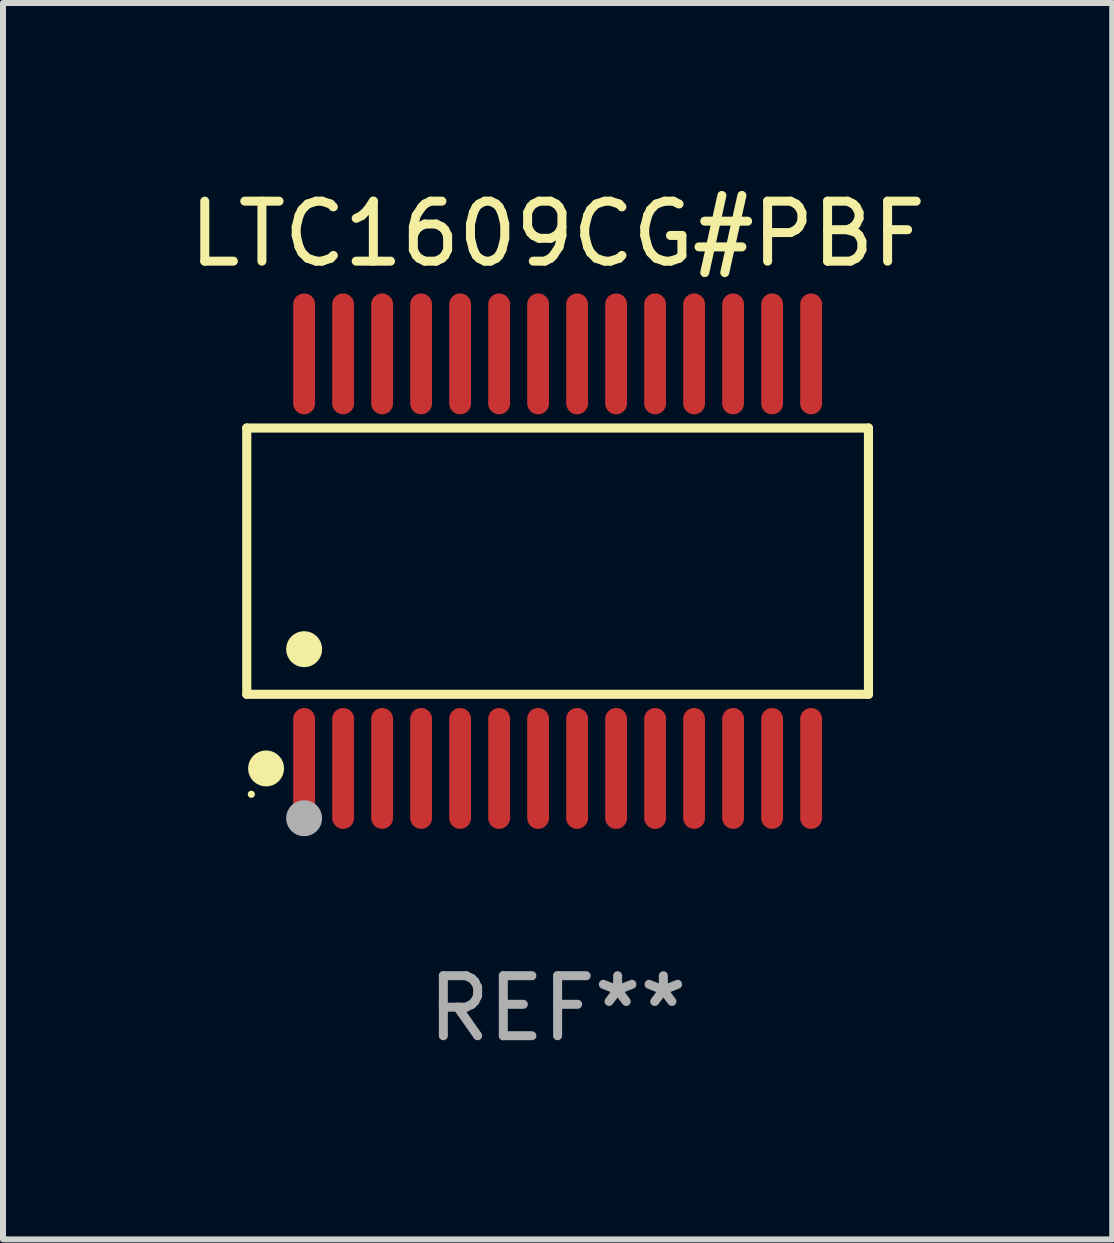
<source format=kicad_pcb>
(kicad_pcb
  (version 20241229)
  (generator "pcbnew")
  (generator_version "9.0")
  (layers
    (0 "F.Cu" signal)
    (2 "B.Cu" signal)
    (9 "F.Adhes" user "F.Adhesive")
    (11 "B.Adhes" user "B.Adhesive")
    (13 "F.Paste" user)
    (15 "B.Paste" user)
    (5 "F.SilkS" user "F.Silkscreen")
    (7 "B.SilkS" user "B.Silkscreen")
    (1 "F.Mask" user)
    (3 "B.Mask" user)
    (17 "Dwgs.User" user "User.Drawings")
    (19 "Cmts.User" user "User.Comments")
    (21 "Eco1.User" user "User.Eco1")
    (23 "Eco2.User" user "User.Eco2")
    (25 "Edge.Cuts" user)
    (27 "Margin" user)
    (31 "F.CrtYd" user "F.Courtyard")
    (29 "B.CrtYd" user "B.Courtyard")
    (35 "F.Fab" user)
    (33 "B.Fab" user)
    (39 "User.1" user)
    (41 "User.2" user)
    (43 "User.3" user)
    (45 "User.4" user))
  (footprint "LTC1609CG#PBF"
    (layer "F.Cu")
    (at 6.244 6.303)
    (property "Reference" "LTC1609CG#PBF" (at 0 -5.455 0) (layer "F.SilkS") (effects (font (size 1 1) (thickness 0.15))))
    (attr through_hole)
    (fp_line (start -5.181 -2.219) (end 5.181 -2.219) (stroke (width 0.152) (type solid)) (layer "F.SilkS"))
    (fp_line (start -5.181 2.219) (end -5.181 -2.219) (stroke (width 0.152) (type solid)) (layer "F.SilkS"))
    (fp_line (start 5.181 -2.219) (end 5.181 2.219) (stroke (width 0.152) (type solid)) (layer "F.SilkS"))
    (fp_line (start 5.181 2.219) (end -5.181 2.219) (stroke (width 0.152) (type solid)) (layer "F.SilkS"))
    (fp_circle (center -5.105 3.885) (end -5.075 3.885) (stroke (width 0.06) (type solid)) (fill no) (layer "F.SilkS"))
    (fp_circle (center -4.859 3.455) (end -4.709 3.455) (stroke (width 0.3) (type solid)) (fill no) (layer "F.SilkS"))
    (fp_circle (center -4.225 1.467) (end -4.075 1.467) (stroke (width 0.3) (type solid)) (fill no) (layer "F.SilkS"))
    (fp_circle (center -4.225 4.285) (end -4.075 4.285) (stroke (width 0.3) (type solid)) (fill no) (layer "F.Fab"))
    (fp_text user "REF**" (at 0 7.455 0) (layer "F.Fab") (effects (font (size 1 1) (thickness 0.15))))
    (pad "1" smd oval (at -4.225 3.455) (size 0.364 2.015) (layers "F.Cu" "F.Mask" "F.Paste"))
    (pad "2" smd oval (at -3.575 3.455) (size 0.364 2.015) (layers "F.Cu" "F.Mask" "F.Paste"))
    (pad "3" smd oval (at -2.925 3.455) (size 0.364 2.015) (layers "F.Cu" "F.Mask" "F.Paste"))
    (pad "4" smd oval (at -2.275 3.455) (size 0.364 2.015) (layers "F.Cu" "F.Mask" "F.Paste"))
    (pad "5" smd oval (at -1.625 3.455) (size 0.364 2.015) (layers "F.Cu" "F.Mask" "F.Paste"))
    (pad "6" smd oval (at -0.975 3.455) (size 0.364 2.015) (layers "F.Cu" "F.Mask" "F.Paste"))
    (pad "7" smd oval (at -0.325 3.455) (size 0.364 2.015) (layers "F.Cu" "F.Mask" "F.Paste"))
    (pad "8" smd oval (at 0.325 3.455) (size 0.364 2.015) (layers "F.Cu" "F.Mask" "F.Paste"))
    (pad "9" smd oval (at 0.975 3.455) (size 0.364 2.015) (layers "F.Cu" "F.Mask" "F.Paste"))
    (pad "10" smd oval (at 1.625 3.455) (size 0.364 2.015) (layers "F.Cu" "F.Mask" "F.Paste"))
    (pad "11" smd oval (at 2.275 3.455) (size 0.364 2.015) (layers "F.Cu" "F.Mask" "F.Paste"))
    (pad "12" smd oval (at 2.925 3.455) (size 0.364 2.015) (layers "F.Cu" "F.Mask" "F.Paste"))
    (pad "13" smd oval (at 3.575 3.455) (size 0.364 2.015) (layers "F.Cu" "F.Mask" "F.Paste"))
    (pad "14" smd oval (at 4.225 3.455) (size 0.364 2.015) (layers "F.Cu" "F.Mask" "F.Paste"))
    (pad "15" smd oval (at 4.225 -3.455) (size 0.364 2.015) (layers "F.Cu" "F.Mask" "F.Paste"))
    (pad "16" smd oval (at 3.575 -3.455) (size 0.364 2.015) (layers "F.Cu" "F.Mask" "F.Paste"))
    (pad "17" smd oval (at 2.925 -3.455) (size 0.364 2.015) (layers "F.Cu" "F.Mask" "F.Paste"))
    (pad "18" smd oval (at 2.275 -3.455) (size 0.364 2.015) (layers "F.Cu" "F.Mask" "F.Paste"))
    (pad "19" smd oval (at 1.625 -3.455) (size 0.364 2.015) (layers "F.Cu" "F.Mask" "F.Paste"))
    (pad "20" smd oval (at 0.975 -3.455) (size 0.364 2.015) (layers "F.Cu" "F.Mask" "F.Paste"))
    (pad "21" smd oval (at 0.325 -3.455) (size 0.364 2.015) (layers "F.Cu" "F.Mask" "F.Paste"))
    (pad "22" smd oval (at -0.325 -3.455) (size 0.364 2.015) (layers "F.Cu" "F.Mask" "F.Paste"))
    (pad "23" smd oval (at -0.975 -3.455) (size 0.364 2.015) (layers "F.Cu" "F.Mask" "F.Paste"))
    (pad "24" smd oval (at -1.625 -3.455) (size 0.364 2.015) (layers "F.Cu" "F.Mask" "F.Paste"))
    (pad "25" smd oval (at -2.275 -3.455) (size 0.364 2.015) (layers "F.Cu" "F.Mask" "F.Paste"))
    (pad "26" smd oval (at -2.925 -3.455) (size 0.364 2.015) (layers "F.Cu" "F.Mask" "F.Paste"))
    (pad "27" smd oval (at -3.575 -3.455) (size 0.364 2.015) (layers "F.Cu" "F.Mask" "F.Paste"))
    (pad "28" smd oval (at -4.225 -3.455) (size 0.364 2.015) (layers "F.Cu" "F.Mask" "F.Paste")))
  (gr_rect
    (start -3 -3)
    (end 15.488 17.607)
    (stroke (width 0.1) (type default))
    (fill no)
    (layer "Edge.Cuts")))
</source>
